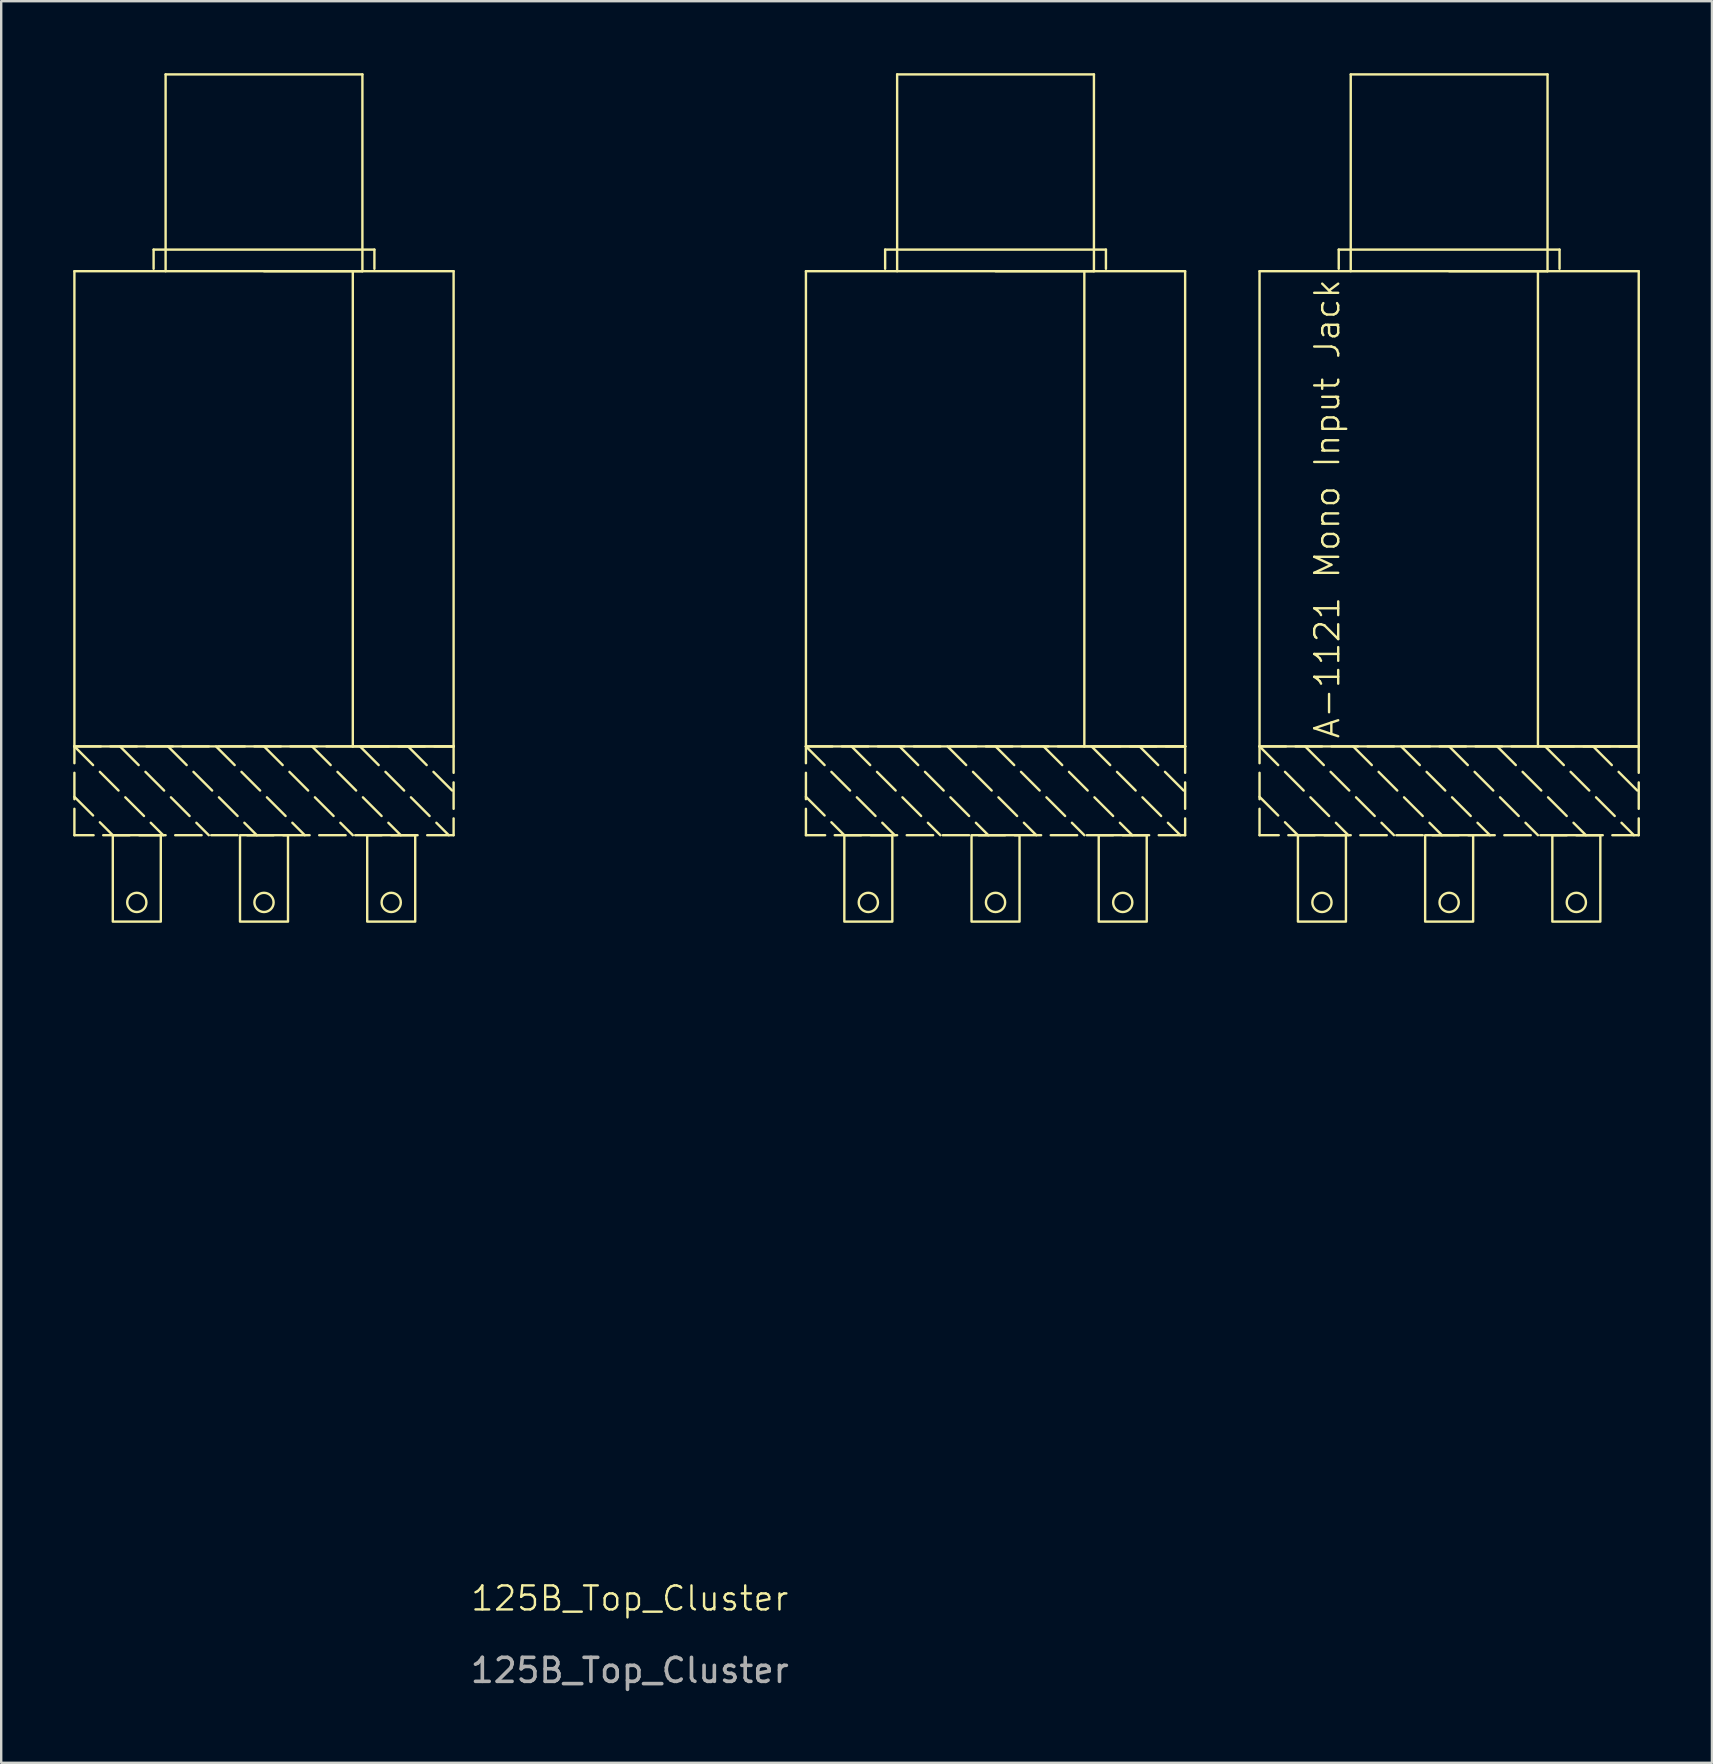
<source format=kicad_pcb>
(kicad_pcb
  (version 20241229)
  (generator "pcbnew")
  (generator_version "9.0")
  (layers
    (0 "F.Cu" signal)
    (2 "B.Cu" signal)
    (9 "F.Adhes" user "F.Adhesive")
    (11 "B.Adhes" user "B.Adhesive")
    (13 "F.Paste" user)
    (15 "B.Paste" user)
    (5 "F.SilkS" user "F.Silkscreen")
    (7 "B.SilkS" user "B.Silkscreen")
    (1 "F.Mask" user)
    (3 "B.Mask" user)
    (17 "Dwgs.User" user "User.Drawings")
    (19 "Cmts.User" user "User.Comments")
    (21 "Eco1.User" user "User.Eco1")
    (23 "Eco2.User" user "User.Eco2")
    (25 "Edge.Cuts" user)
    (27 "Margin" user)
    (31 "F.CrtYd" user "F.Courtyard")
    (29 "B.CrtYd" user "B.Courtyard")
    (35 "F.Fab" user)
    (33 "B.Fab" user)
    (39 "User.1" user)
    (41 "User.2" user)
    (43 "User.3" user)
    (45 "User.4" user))
  (footprint "A-1121 Mono Input Jack"
    (layer "F.Cu")
    (at 57.33 18.15)
    (property "Reference" "A-1121 Mono Input Jack" (at -5.08 0 90) (unlocked yes) (layer "F.SilkS") (effects (font (size 1 1) (thickness 0.1))))
    (attr smd)
    (fp_line (start -7.9 -9.9) (end -7.9 9.9) (stroke (width 0.1) (type default)) (layer "F.SilkS"))
    (fp_line (start -7.9 9.9) (end -4.2 13.6) (stroke (width 0.1) (type dash)) (layer "F.SilkS"))
    (fp_line (start -7.9 9.9) (end 7.9 9.9) (stroke (width 0.1) (type default)) (layer "F.SilkS"))
    (fp_line (start -7.9 12) (end -6.3 13.6) (stroke (width 0.1) (type dash)) (layer "F.SilkS"))
    (fp_line (start -6 9.9) (end -2.3 13.6) (stroke (width 0.1) (type dash)) (layer "F.SilkS"))
    (fp_line (start -4.6 -10.8) (end -4.6 -10) (stroke (width 0.1) (type default)) (layer "F.SilkS"))
    (fp_line (start -4.1 -18.1) (end -4.1 -9.9) (stroke (width 0.1) (type default)) (layer "F.SilkS"))
    (fp_line (start -4 9.9) (end -0.3 13.6) (stroke (width 0.1) (type dash)) (layer "F.SilkS"))
    (fp_line (start -2 9.9) (end 1.7 13.6) (stroke (width 0.1) (type dash)) (layer "F.SilkS"))
    (fp_line (start 0 -9.9) (end 4.1 -9.9) (stroke (width 0.1) (type default)) (layer "F.SilkS"))
    (fp_line (start 0 9.9) (end 3.7 13.6) (stroke (width 0.1) (type dash)) (layer "F.SilkS"))
    (fp_line (start 2 9.9) (end 5.7 13.6) (stroke (width 0.1) (type dash)) (layer "F.SilkS"))
    (fp_line (start 3.7 9.9) (end 3.7 -9.9) (stroke (width 0.1) (type default)) (layer "F.SilkS"))
    (fp_line (start 4 9.9) (end 7.7 13.6) (stroke (width 0.1) (type dash)) (layer "F.SilkS"))
    (fp_line (start 4.1 -18.1) (end -4.1 -18.1) (stroke (width 0.1) (type default)) (layer "F.SilkS"))
    (fp_line (start 4.1 -9.9) (end 4.1 -18.1) (stroke (width 0.1) (type default)) (layer "F.SilkS"))
    (fp_line (start 4.6 -10.8) (end -4.6 -10.8) (stroke (width 0.1) (type default)) (layer "F.SilkS"))
    (fp_line (start 4.6 -10.8) (end 4.6 -10) (stroke (width 0.1) (type default)) (layer "F.SilkS"))
    (fp_line (start 6 9.9) (end 7.9 11.8) (stroke (width 0.1) (type dash)) (layer "F.SilkS"))
    (fp_line (start 7.9 -9.9) (end -7.9 -9.9) (stroke (width 0.1) (type default)) (layer "F.SilkS"))
    (fp_line (start 7.9 9.9) (end 3.7 9.9) (stroke (width 0.1) (type default)) (layer "F.SilkS"))
    (fp_line (start 7.9 9.9) (end 7.9 -9.9) (stroke (width 0.1) (type default)) (layer "F.SilkS"))
    (fp_rect (start -7.9 9.9) (end 7.9 13.6) (stroke (width 0.1) (type dash)) (fill no) (layer "F.SilkS"))
    (fp_rect (start -6.3 13.6) (end -4.3 17.2) (stroke (width 0.1) (type default)) (fill no) (layer "F.SilkS"))
    (fp_rect (start -1 13.6) (end 1 17.2) (stroke (width 0.1) (type default)) (fill no) (layer "F.SilkS"))
    (fp_rect (start 4.3 13.6) (end 6.3 17.2) (stroke (width 0.1) (type default)) (fill no) (layer "F.SilkS"))
    (fp_circle (center -5.3 16.4) (end -4.9 16.4) (stroke (width 0.1) (type default)) (fill no) (layer "F.SilkS"))
    (fp_circle (center 0 16.4) (end 0.4 16.4) (stroke (width 0.1) (type default)) (fill no) (layer "F.SilkS"))
    (fp_circle (center 5.3 16.4) (end 5.7 16.4) (stroke (width 0.1) (type default)) (fill no) (layer "F.SilkS")))
  (footprint "125B_Top_Cluster"
    (layer "F.Cu")
    (at 23.19 23.55)
    (property "Reference" "125B_Top_Cluster" (at 0 40 0) (unlocked yes) (layer "F.SilkS") (effects (font (size 1 1) (thickness 0.1))))
    (attr smd)
    (fp_line (start -23.14 -15.3) (end -23.14 4.5) (stroke (width 0.1) (type default)) (layer "F.SilkS"))
    (fp_line (start -23.14 4.5) (end -19.44 8.2) (stroke (width 0.1) (type dash)) (layer "F.SilkS"))
    (fp_line (start -23.14 4.5) (end -7.34 4.5) (stroke (width 0.1) (type default)) (layer "F.SilkS"))
    (fp_line (start -23.14 6.6) (end -21.54 8.2) (stroke (width 0.1) (type dash)) (layer "F.SilkS"))
    (fp_line (start -21.24 4.5) (end -17.54 8.2) (stroke (width 0.1) (type dash)) (layer "F.SilkS"))
    (fp_line (start -19.84 -16.2) (end -19.84 -15.4) (stroke (width 0.1) (type default)) (layer "F.SilkS"))
    (fp_line (start -19.34 -23.5) (end -19.34 -15.3) (stroke (width 0.1) (type default)) (layer "F.SilkS"))
    (fp_line (start -19.24 4.5) (end -15.54 8.2) (stroke (width 0.1) (type dash)) (layer "F.SilkS"))
    (fp_line (start -17.24 4.5) (end -13.54 8.2) (stroke (width 0.1) (type dash)) (layer "F.SilkS"))
    (fp_line (start -15.24 -15.3) (end -11.14 -15.3) (stroke (width 0.1) (type default)) (layer "F.SilkS"))
    (fp_line (start -15.24 4.5) (end -11.54 8.2) (stroke (width 0.1) (type dash)) (layer "F.SilkS"))
    (fp_line (start -13.24 4.5) (end -9.54 8.2) (stroke (width 0.1) (type dash)) (layer "F.SilkS"))
    (fp_line (start -11.54 4.5) (end -11.54 -15.3) (stroke (width 0.1) (type default)) (layer "F.SilkS"))
    (fp_line (start -11.24 4.5) (end -7.54 8.2) (stroke (width 0.1) (type dash)) (layer "F.SilkS"))
    (fp_line (start -11.14 -23.5) (end -19.34 -23.5) (stroke (width 0.1) (type default)) (layer "F.SilkS"))
    (fp_line (start -11.14 -15.3) (end -11.14 -23.5) (stroke (width 0.1) (type default)) (layer "F.SilkS"))
    (fp_line (start -10.64 -16.2) (end -19.84 -16.2) (stroke (width 0.1) (type default)) (layer "F.SilkS"))
    (fp_line (start -10.64 -16.2) (end -10.64 -15.4) (stroke (width 0.1) (type default)) (layer "F.SilkS"))
    (fp_line (start -9.24 4.5) (end -7.34 6.4) (stroke (width 0.1) (type dash)) (layer "F.SilkS"))
    (fp_line (start -7.34 -15.3) (end -23.14 -15.3) (stroke (width 0.1) (type default)) (layer "F.SilkS"))
    (fp_line (start -7.34 4.5) (end -11.54 4.5) (stroke (width 0.1) (type default)) (layer "F.SilkS"))
    (fp_line (start -7.34 4.5) (end -7.34 -15.3) (stroke (width 0.1) (type default)) (layer "F.SilkS"))
    (fp_line (start 7.34 -15.3) (end 7.34 4.5) (stroke (width 0.1) (type default)) (layer "F.SilkS"))
    (fp_line (start 7.34 4.5) (end 11.04 8.2) (stroke (width 0.1) (type dash)) (layer "F.SilkS"))
    (fp_line (start 7.34 4.5) (end 23.14 4.5) (stroke (width 0.1) (type default)) (layer "F.SilkS"))
    (fp_line (start 7.34 6.6) (end 8.94 8.2) (stroke (width 0.1) (type dash)) (layer "F.SilkS"))
    (fp_line (start 9.24 4.5) (end 12.94 8.2) (stroke (width 0.1) (type dash)) (layer "F.SilkS"))
    (fp_line (start 10.64 -16.2) (end 10.64 -15.4) (stroke (width 0.1) (type default)) (layer "F.SilkS"))
    (fp_line (start 11.14 -23.5) (end 11.14 -15.3) (stroke (width 0.1) (type default)) (layer "F.SilkS"))
    (fp_line (start 11.24 4.5) (end 14.94 8.2) (stroke (width 0.1) (type dash)) (layer "F.SilkS"))
    (fp_line (start 13.24 4.5) (end 16.94 8.2) (stroke (width 0.1) (type dash)) (layer "F.SilkS"))
    (fp_line (start 15.24 -15.3) (end 19.34 -15.3) (stroke (width 0.1) (type default)) (layer "F.SilkS"))
    (fp_line (start 15.24 4.5) (end 18.94 8.2) (stroke (width 0.1) (type dash)) (layer "F.SilkS"))
    (fp_line (start 17.24 4.5) (end 20.94 8.2) (stroke (width 0.1) (type dash)) (layer "F.SilkS"))
    (fp_line (start 18.94 4.5) (end 18.94 -15.3) (stroke (width 0.1) (type default)) (layer "F.SilkS"))
    (fp_line (start 19.24 4.5) (end 22.94 8.2) (stroke (width 0.1) (type dash)) (layer "F.SilkS"))
    (fp_line (start 19.34 -23.5) (end 11.14 -23.5) (stroke (width 0.1) (type default)) (layer "F.SilkS"))
    (fp_line (start 19.34 -15.3) (end 19.34 -23.5) (stroke (width 0.1) (type default)) (layer "F.SilkS"))
    (fp_line (start 19.84 -16.2) (end 10.64 -16.2) (stroke (width 0.1) (type default)) (layer "F.SilkS"))
    (fp_line (start 19.84 -16.2) (end 19.84 -15.4) (stroke (width 0.1) (type default)) (layer "F.SilkS"))
    (fp_line (start 21.24 4.5) (end 23.14 6.4) (stroke (width 0.1) (type dash)) (layer "F.SilkS"))
    (fp_line (start 23.14 -15.3) (end 7.34 -15.3) (stroke (width 0.1) (type default)) (layer "F.SilkS"))
    (fp_line (start 23.14 4.5) (end 18.94 4.5) (stroke (width 0.1) (type default)) (layer "F.SilkS"))
    (fp_line (start 23.14 4.5) (end 23.14 -15.3) (stroke (width 0.1) (type default)) (layer "F.SilkS"))
    (fp_rect (start -23.14 4.5) (end -7.34 8.2) (stroke (width 0.1) (type dash)) (fill no) (layer "F.SilkS"))
    (fp_rect (start -21.54 8.2) (end -19.54 11.8) (stroke (width 0.1) (type default)) (fill no) (layer "F.SilkS"))
    (fp_rect (start -16.24 8.2) (end -14.24 11.8) (stroke (width 0.1) (type default)) (fill no) (layer "F.SilkS"))
    (fp_rect (start -10.94 8.2) (end -8.94 11.8) (stroke (width 0.1) (type default)) (fill no) (layer "F.SilkS"))
    (fp_rect (start 7.34 4.5) (end 23.14 8.2) (stroke (width 0.1) (type dash)) (fill no) (layer "F.SilkS"))
    (fp_rect (start 8.94 8.2) (end 10.94 11.8) (stroke (width 0.1) (type default)) (fill no) (layer "F.SilkS"))
    (fp_rect (start 14.24 8.2) (end 16.24 11.8) (stroke (width 0.1) (type default)) (fill no) (layer "F.SilkS"))
    (fp_rect (start 19.54 8.2) (end 21.54 11.8) (stroke (width 0.1) (type default)) (fill no) (layer "F.SilkS"))
    (fp_circle (center -20.54 11) (end -20.14 11) (stroke (width 0.1) (type default)) (fill no) (layer "F.SilkS"))
    (fp_circle (center -15.24 11) (end -14.84 11) (stroke (width 0.1) (type default)) (fill no) (layer "F.SilkS"))
    (fp_circle (center -9.94 11) (end -9.54 11) (stroke (width 0.1) (type default)) (fill no) (layer "F.SilkS"))
    (fp_circle (center 9.94 11) (end 10.34 11) (stroke (width 0.1) (type default)) (fill no) (layer "F.SilkS"))
    (fp_circle (center 15.24 11) (end 15.64 11) (stroke (width 0.1) (type default)) (fill no) (layer "F.SilkS"))
    (fp_circle (center 20.54 11) (end 20.94 11) (stroke (width 0.1) (type default)) (fill no) (layer "F.SilkS"))
    (fp_text user "${REFERENCE}" (at 0 43 0) (unlocked yes) (layer "F.Fab") (effects (font (size 1 1) (thickness 0.15)))))
  (gr_rect
    (start -3 -3)
    (end 68.28 70.398)
    (stroke (width 0.1) (type default))
    (fill no)
    (layer "Edge.Cuts")))
</source>
